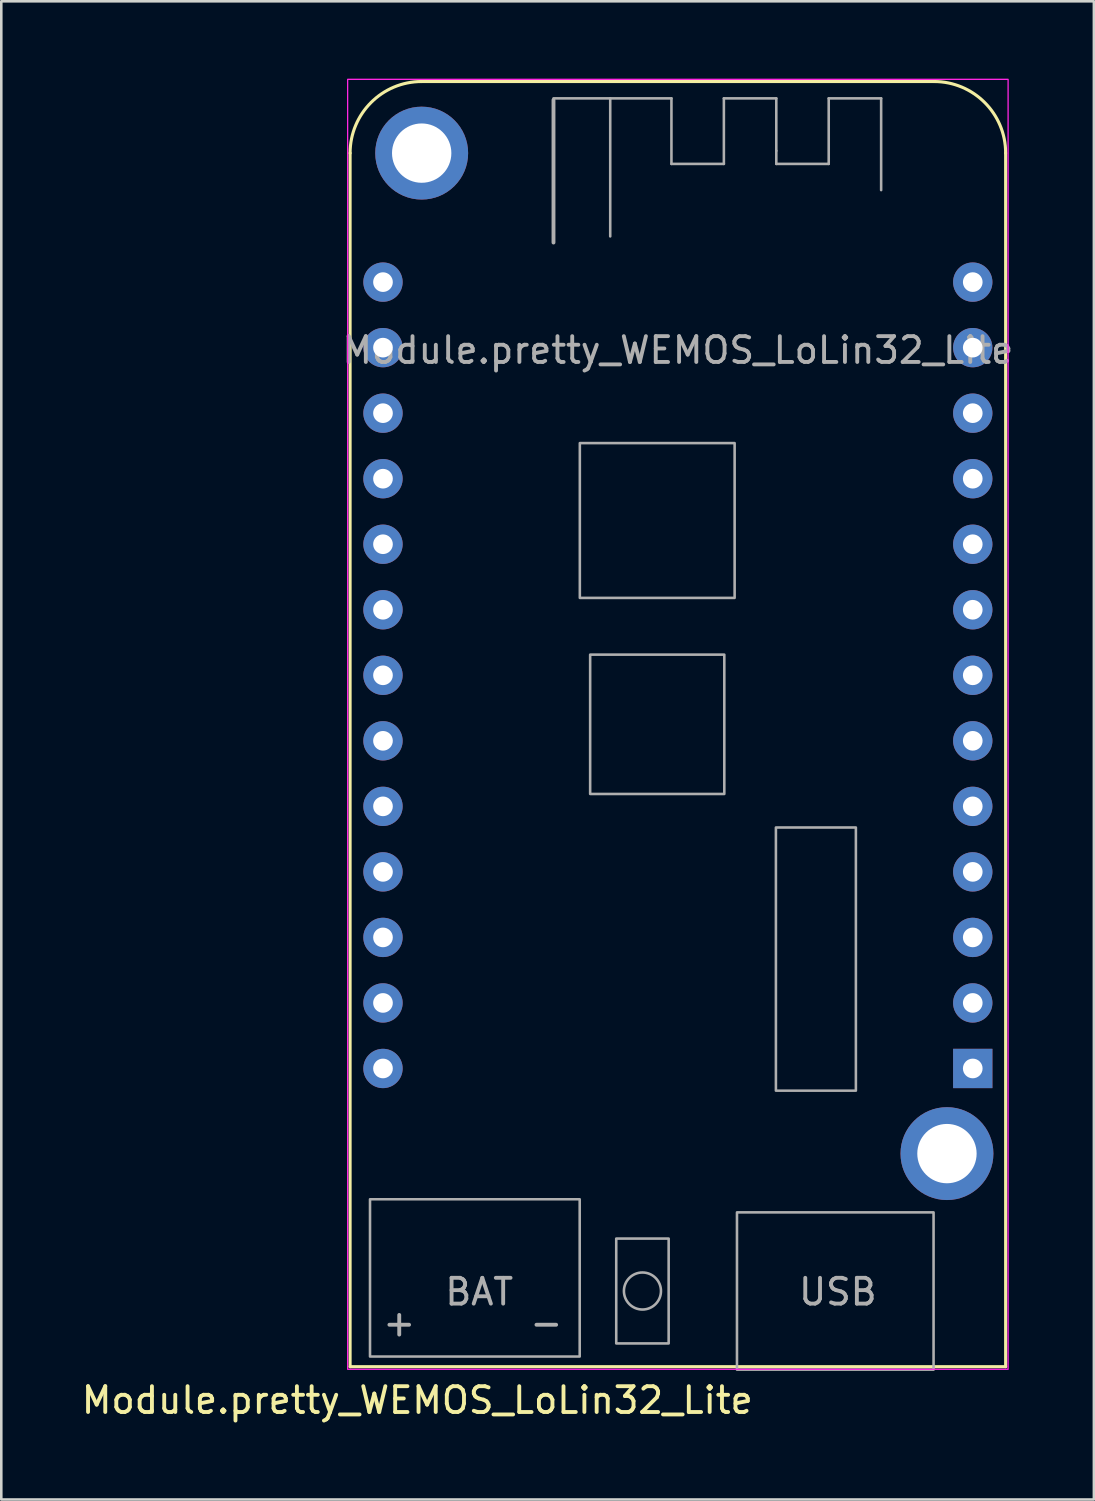
<source format=kicad_pcb>
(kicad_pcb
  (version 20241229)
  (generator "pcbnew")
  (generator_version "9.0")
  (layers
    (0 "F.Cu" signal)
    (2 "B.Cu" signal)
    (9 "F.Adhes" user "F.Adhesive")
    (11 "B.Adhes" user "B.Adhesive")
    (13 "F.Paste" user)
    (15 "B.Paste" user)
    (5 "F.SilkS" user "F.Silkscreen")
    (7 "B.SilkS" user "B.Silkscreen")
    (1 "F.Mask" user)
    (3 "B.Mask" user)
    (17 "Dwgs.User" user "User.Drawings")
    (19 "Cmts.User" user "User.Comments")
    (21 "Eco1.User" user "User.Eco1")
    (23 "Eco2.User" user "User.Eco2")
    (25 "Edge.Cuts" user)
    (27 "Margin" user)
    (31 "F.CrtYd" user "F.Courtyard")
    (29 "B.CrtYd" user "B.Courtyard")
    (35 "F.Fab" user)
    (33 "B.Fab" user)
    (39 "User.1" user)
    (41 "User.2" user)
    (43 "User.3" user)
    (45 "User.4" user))
  (footprint "Module.pretty_WEMOS_LoLin32_Lite"
    (layer "F.Cu")
    (at 34.655 38.365)
    (property "Reference" "Module.pretty_WEMOS_LoLin32_Lite" (at -21.53 12.86 0) (unlocked yes) (layer "F.SilkS") (effects (font (size 1 1) (thickness 0.15))))
    (attr through_hole)
    (fp_line (start -24.135 11.56) (end -24.135 -35.48) (stroke (width 0.12) (type solid)) (layer "F.SilkS"))
    (fp_line (start -21.36 -38.255) (end -1.5 -38.255) (stroke (width 0.12) (type solid)) (layer "F.SilkS"))
    (fp_line (start 1.275 -35.48) (end 1.275 11.56) (stroke (width 0.12) (type solid)) (layer "F.SilkS"))
    (fp_line (start 1.275 11.56) (end -24.135 11.56) (stroke (width 0.12) (type solid)) (layer "F.SilkS"))
    (fp_arc (start -24.135 -35.48) (mid -23.322221 -37.442221) (end -21.36 -38.255) (stroke (width 0.12) (type solid)) (layer "F.SilkS"))
    (fp_arc (start -1.5 -38.255) (mid 0.462221 -37.442221) (end 1.275 -35.48) (stroke (width 0.12) (type solid)) (layer "F.SilkS"))
    (fp_rect (start -24.23 -38.34) (end 1.37 11.66) (stroke (width 0.05) (type solid)) (fill no) (layer "F.CrtYd"))
    (fp_line (start -16.251 -37.602) (end -11.679 -37.602) (stroke (width 0.1) (type solid)) (layer "F.Fab"))
    (fp_line (start -16.251 -32.014) (end -16.251 -37.54) (stroke (width 0.15) (type solid)) (layer "F.Fab"))
    (fp_line (start -14.052 -32.252) (end -14.052 -37.602) (stroke (width 0.1) (type solid)) (layer "F.Fab"))
    (fp_line (start -11.679 -37.602) (end -11.679 -35.062) (stroke (width 0.1) (type solid)) (layer "F.Fab"))
    (fp_line (start -11.679 -35.062) (end -9.647 -35.062) (stroke (width 0.1) (type solid)) (layer "F.Fab"))
    (fp_line (start -9.647 -37.602) (end -7.615 -37.602) (stroke (width 0.1) (type solid)) (layer "F.Fab"))
    (fp_line (start -9.647 -35.062) (end -9.647 -37.602) (stroke (width 0.1) (type solid)) (layer "F.Fab"))
    (fp_line (start -7.615 -37.602) (end -7.615 -35.57) (stroke (width 0.1) (type solid)) (layer "F.Fab"))
    (fp_line (start -7.615 -35.57) (end -7.615 -35.062) (stroke (width 0.1) (type solid)) (layer "F.Fab"))
    (fp_line (start -7.615 -35.062) (end -5.583 -35.062) (stroke (width 0.1) (type solid)) (layer "F.Fab"))
    (fp_line (start -5.583 -37.602) (end -3.551 -37.602) (stroke (width 0.1) (type solid)) (layer "F.Fab"))
    (fp_line (start -5.583 -35.062) (end -5.583 -37.602) (stroke (width 0.1) (type solid)) (layer "F.Fab"))
    (fp_line (start -3.551 -37.602) (end -3.551 -34.046) (stroke (width 0.1) (type solid)) (layer "F.Fab"))
    (fp_rect (start -23.363 11.166) (end -15.235 5.07) (stroke (width 0.1) (type solid)) (fill no) (layer "F.Fab"))
    (fp_rect (start -15.23 -24.24) (end -9.23 -18.24) (stroke (width 0.1) (type solid)) (fill no) (layer "F.Fab"))
    (fp_rect (start -14.83 -16.04) (end -9.63 -10.64) (stroke (width 0.1) (type solid)) (fill no) (layer "F.Fab"))
    (fp_rect (start -13.819 6.594) (end -11.787 10.658) (stroke (width 0.1) (type solid)) (fill no) (layer "F.Fab"))
    (fp_rect (start -7.63 -9.34) (end -4.53 0.86) (stroke (width 0.1) (type solid)) (fill no) (layer "F.Fab"))
    (fp_rect (start -1.519 11.674) (end -9.139 5.578) (stroke (width 0.1) (type solid)) (fill no) (layer "F.Fab"))
    (fp_circle (center -12.803 8.626) (end -12.085 8.626) (stroke (width 0.1) (type solid)) (fill no) (layer "F.Fab"))
    (fp_text user "+" (at -22.23 9.86 0) (unlocked yes) (layer "F.Fab") (effects (font (size 1 1) (thickness 0.15))))
    (fp_text user "-" (at -16.53 9.86 0) (unlocked yes) (layer "F.Fab") (effects (font (size 1 1) (thickness 0.15))))
    (fp_text user "USB" (at -5.23 8.66 0) (unlocked yes) (layer "F.Fab") (effects (font (size 1 1) (thickness 0.15))))
    (fp_text user "BAT" (at -19.13 8.66 0) (unlocked yes) (layer "F.Fab") (effects (font (size 1 1) (thickness 0.15))))
    (fp_text user "${REFERENCE}" (at -11.43 -27.84 0) (unlocked yes) (layer "F.Fab") (effects (font (size 1 1) (thickness 0.15))))
    (pad "" np_thru_hole circle (at -21.36 -35.48) (size 3.6 3.6) (drill 2.3) (layers "*.Cu" "*.Mask"))
    (pad "" np_thru_hole circle (at -1 3.3) (size 3.6 3.6) (drill 2.3) (layers "*.Cu" "*.Mask"))
    (pad "1" thru_hole rect (at 0 0) (size 1.524 1.524) (drill 0.762) (layers "*.Cu" "*.Mask"))
    (pad "2" thru_hole circle (at 0 -2.54) (size 1.524 1.524) (drill 0.762) (layers "*.Cu" "*.Mask"))
    (pad "3" thru_hole circle (at 0 -5.08) (size 1.524 1.524) (drill 0.762) (layers "*.Cu" "*.Mask"))
    (pad "4" thru_hole circle (at 0 -7.62) (size 1.524 1.524) (drill 0.762) (layers "*.Cu" "*.Mask"))
    (pad "5" thru_hole circle (at 0 -10.16) (size 1.524 1.524) (drill 0.762) (layers "*.Cu" "*.Mask"))
    (pad "6" thru_hole circle (at 0 -12.7) (size 1.524 1.524) (drill 0.762) (layers "*.Cu" "*.Mask"))
    (pad "7" thru_hole circle (at 0 -15.24) (size 1.524 1.524) (drill 0.762) (layers "*.Cu" "*.Mask"))
    (pad "8" thru_hole circle (at 0 -17.78) (size 1.524 1.524) (drill 0.762) (layers "*.Cu" "*.Mask"))
    (pad "9" thru_hole circle (at 0 -20.32) (size 1.524 1.524) (drill 0.762) (layers "*.Cu" "*.Mask"))
    (pad "10" thru_hole circle (at 0 -22.86) (size 1.524 1.524) (drill 0.762) (layers "*.Cu" "*.Mask"))
    (pad "11" thru_hole circle (at 0 -25.4) (size 1.524 1.524) (drill 0.762) (layers "*.Cu" "*.Mask"))
    (pad "12" thru_hole circle (at 0 -27.94) (size 1.524 1.524) (drill 0.762) (layers "*.Cu" "*.Mask"))
    (pad "13" thru_hole circle (at 0 -30.48) (size 1.524 1.524) (drill 0.762) (layers "*.Cu" "*.Mask"))
    (pad "14" thru_hole circle (at -22.86 -30.48) (size 1.524 1.524) (drill 0.762) (layers "*.Cu" "*.Mask"))
    (pad "15" thru_hole circle (at -22.86 -27.94) (size 1.524 1.524) (drill 0.762) (layers "*.Cu" "*.Mask"))
    (pad "16" thru_hole circle (at -22.86 -25.4) (size 1.524 1.524) (drill 0.762) (layers "*.Cu" "*.Mask"))
    (pad "17" thru_hole circle (at -22.86 -22.86) (size 1.524 1.524) (drill 0.762) (layers "*.Cu" "*.Mask"))
    (pad "18" thru_hole circle (at -22.86 -20.32) (size 1.524 1.524) (drill 0.762) (layers "*.Cu" "*.Mask"))
    (pad "19" thru_hole circle (at -22.86 -17.78) (size 1.524 1.524) (drill 0.762) (layers "*.Cu" "*.Mask"))
    (pad "20" thru_hole circle (at -22.86 -15.24) (size 1.524 1.524) (drill 0.762) (layers "*.Cu" "*.Mask"))
    (pad "21" thru_hole circle (at -22.86 -12.7) (size 1.524 1.524) (drill 0.762) (layers "*.Cu" "*.Mask"))
    (pad "22" thru_hole circle (at -22.86 -10.16) (size 1.524 1.524) (drill 0.762) (layers "*.Cu" "*.Mask"))
    (pad "23" thru_hole circle (at -22.86 -7.62) (size 1.524 1.524) (drill 0.762) (layers "*.Cu" "*.Mask"))
    (pad "24" thru_hole circle (at -22.86 -5.08) (size 1.524 1.524) (drill 0.762) (layers "*.Cu" "*.Mask"))
    (pad "25" thru_hole circle (at -22.86 -2.54) (size 1.524 1.524) (drill 0.762) (layers "*.Cu" "*.Mask"))
    (pad "26" thru_hole circle (at -22.86 0) (size 1.524 1.524) (drill 0.762) (layers "*.Cu" "*.Mask")))
  (gr_rect
    (start -3 -3)
    (end 39.35 55.073)
    (stroke (width 0.1) (type default))
    (fill no)
    (layer "Edge.Cuts")))
</source>
